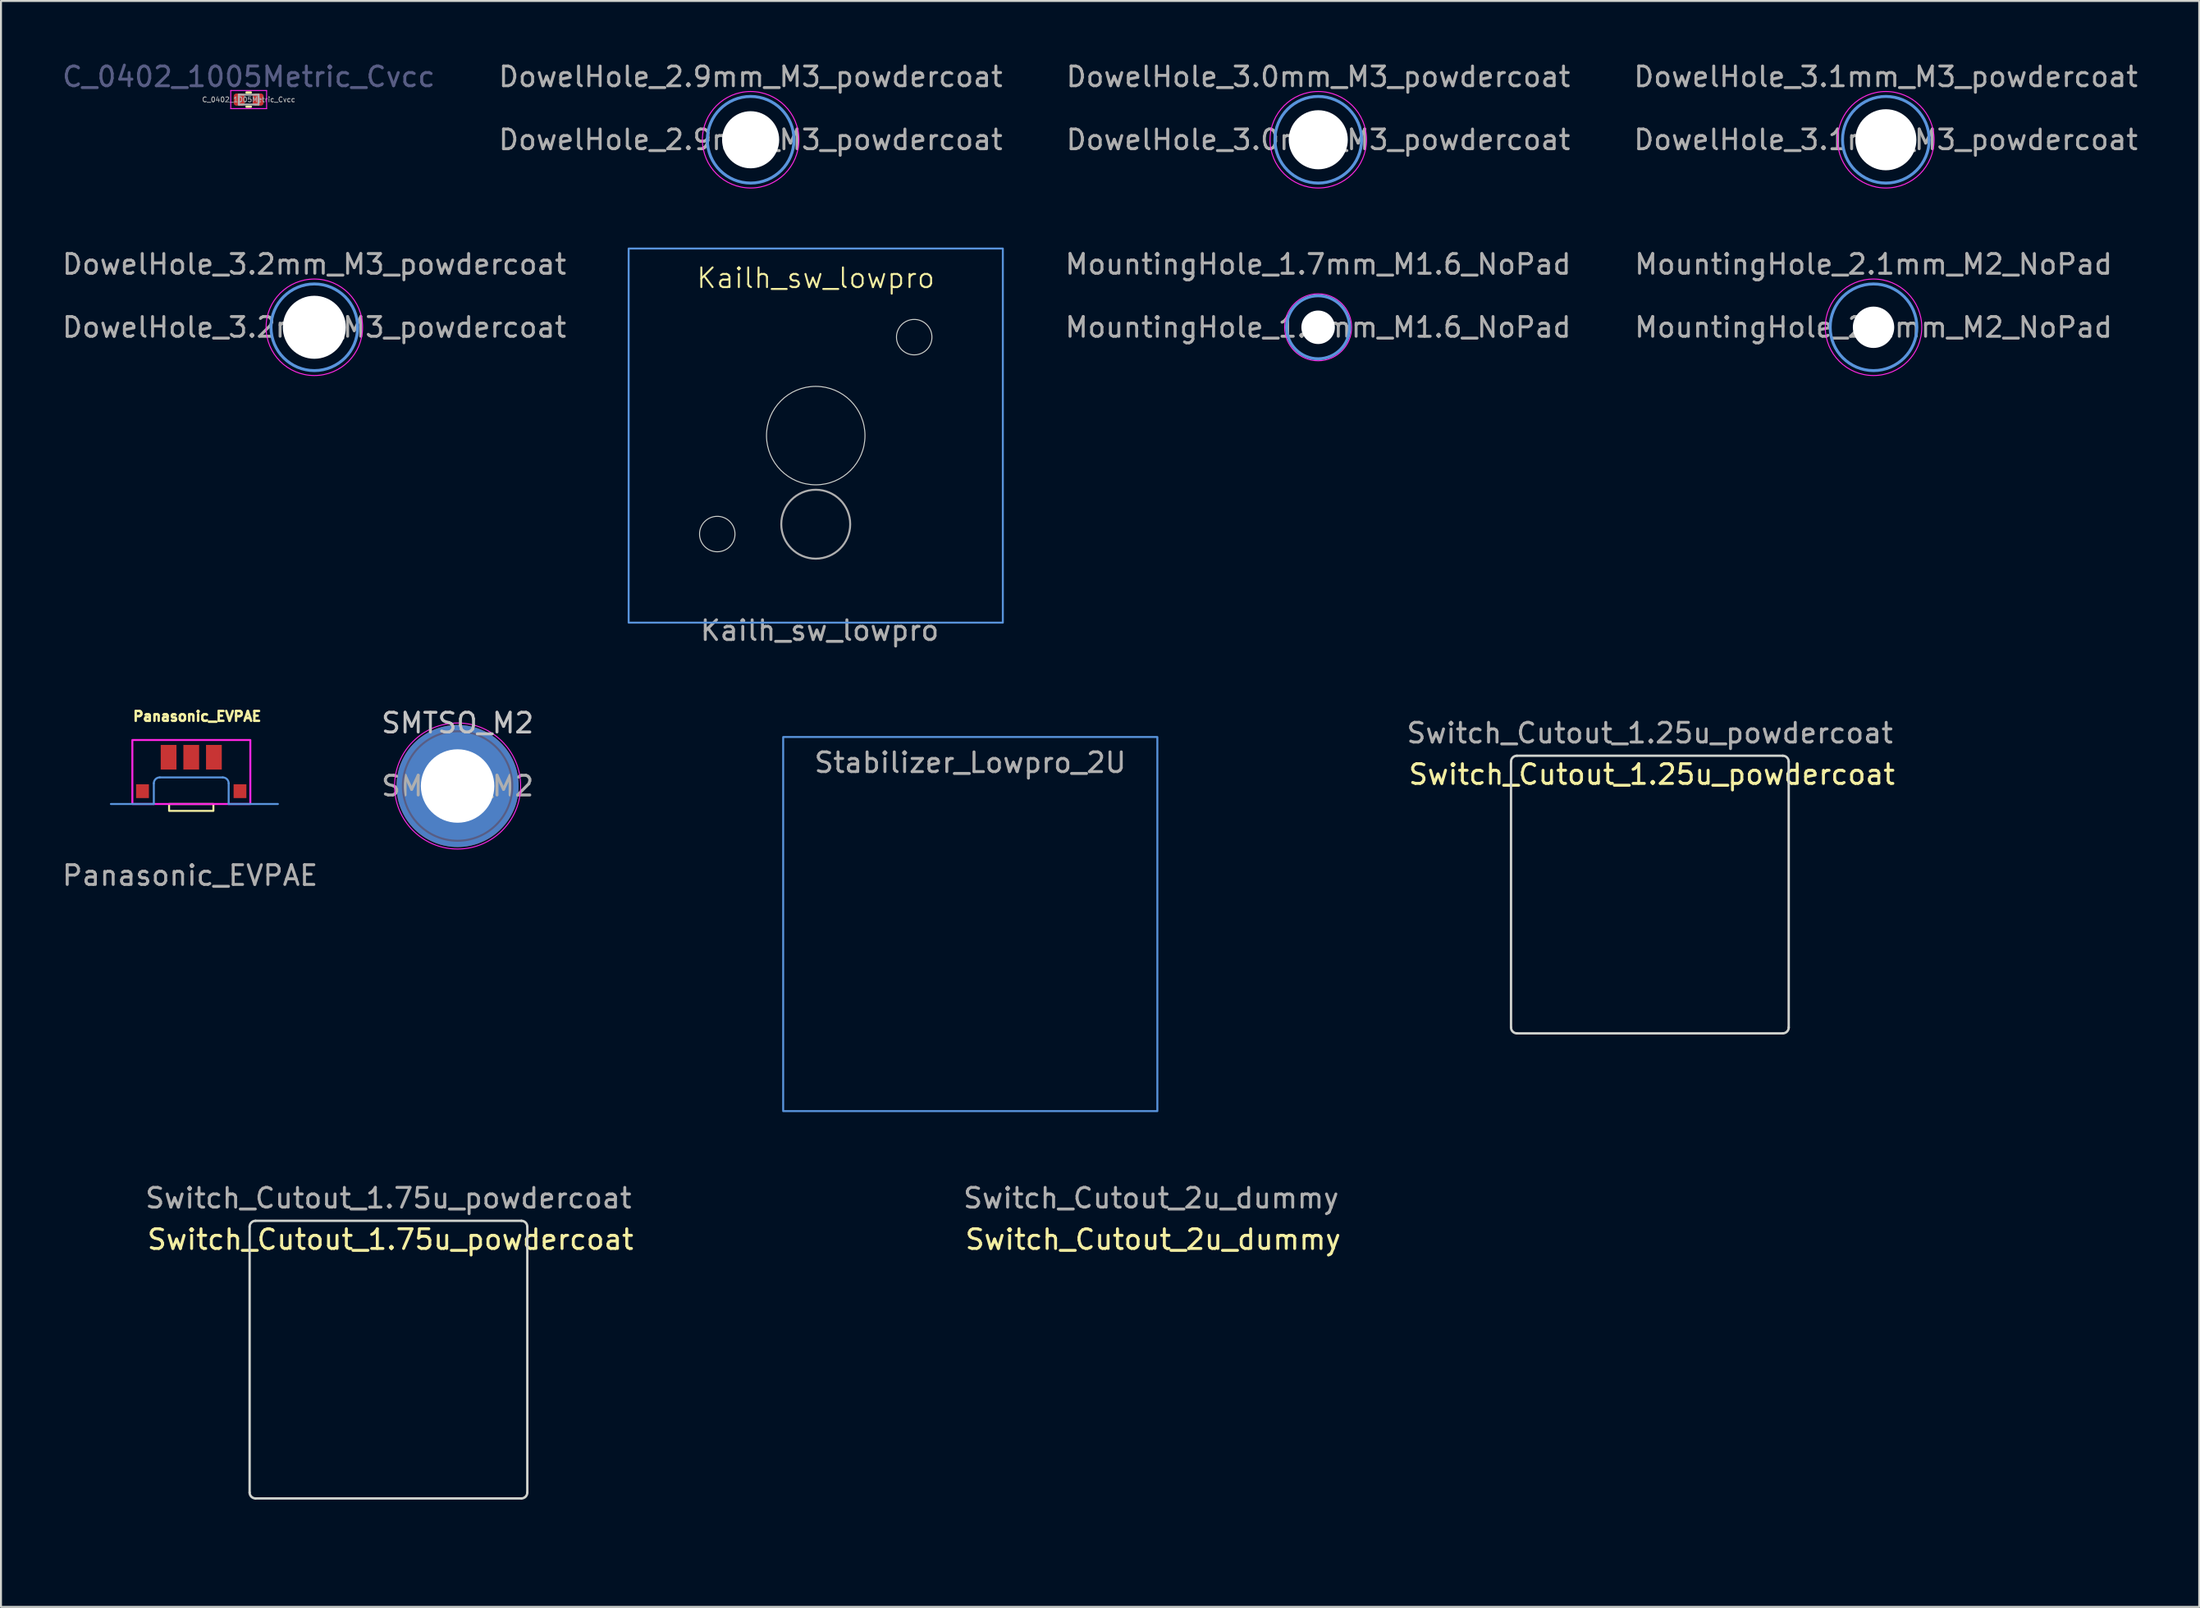
<source format=kicad_pcb>
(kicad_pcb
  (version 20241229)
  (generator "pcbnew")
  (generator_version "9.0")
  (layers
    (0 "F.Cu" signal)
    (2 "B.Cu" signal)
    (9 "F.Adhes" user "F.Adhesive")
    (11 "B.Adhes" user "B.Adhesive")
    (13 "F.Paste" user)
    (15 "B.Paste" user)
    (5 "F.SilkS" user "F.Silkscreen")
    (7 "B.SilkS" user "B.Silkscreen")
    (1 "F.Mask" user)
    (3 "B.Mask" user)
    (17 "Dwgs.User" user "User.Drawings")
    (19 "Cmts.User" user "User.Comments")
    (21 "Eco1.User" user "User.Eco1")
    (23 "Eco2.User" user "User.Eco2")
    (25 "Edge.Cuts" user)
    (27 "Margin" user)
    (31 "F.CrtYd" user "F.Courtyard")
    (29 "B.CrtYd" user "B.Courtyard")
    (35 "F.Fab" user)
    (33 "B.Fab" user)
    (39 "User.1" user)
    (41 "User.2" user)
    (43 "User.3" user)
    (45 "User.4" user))
  (footprint "DowelHole_3.2mm_M3_powdercoat"
    (layer "F.Cu")
    (at 12.911 13.572)
    (property "Reference" "DowelHole_3.2mm_M3_powdercoat" (at 0 -3.2 0) (layer "F.Fab") (effects (font (size 1 1) (thickness 0.15))))
    (attr exclude_from_pos_files exclude_from_bom)
    (fp_circle (center 0 0) (end 2.2 0) (stroke (width 0.15) (type solid)) (fill no) (layer "Cmts.User"))
    (fp_circle (center 0 0) (end 2.45 0) (stroke (width 0.05) (type solid)) (fill no) (layer "F.CrtYd"))
    (fp_text user "${REFERENCE}" (at 0 0 0) (layer "F.Fab") (effects (font (size 1 1) (thickness 0.15))))
    (pad "" np_thru_hole circle (at 0 0) (size 3.2 3.2) (drill 3.2) (layers "*.Cu" "*.Mask")))
  (footprint "MountingHole_1.7mm_M1.6_NoPad"
    (layer "F.Cu")
    (at 63.88 13.572)
    (property "Reference" "MountingHole_1.7mm_M1.6_NoPad" (at 0 -3.2 0) (layer "F.Fab") (effects (font (size 1 1) (thickness 0.15))))
    (attr exclude_from_pos_files exclude_from_bom)
    (fp_circle (center 0 0) (end 1.6 0) (stroke (width 0.15) (type solid)) (fill no) (layer "Cmts.User"))
    (fp_circle (center 0 0) (end 1.7 0) (stroke (width 0.05) (type solid)) (fill no) (layer "F.CrtYd"))
    (fp_text user "${REFERENCE}" (at 0 0 0) (layer "F.Fab") (effects (font (size 1 1) (thickness 0.15))))
    (pad "" np_thru_hole circle (at 0 0) (size 1.7 1.7) (drill 1.7) (layers "*.Cu" "*.Mask")))
  (footprint "Switch_Cutout_1.25u_powdercoat"
    (layer "F.Cu")
    (at 80.725 42.382)
    (property "Reference" "Switch_Cutout_1.25u_powdercoat" (at 0.1 -6.1 0) (layer "F.SilkS") (effects (font (size 1 1) (thickness 0.15))))
    (attr through_hole)
    (fp_line (start -7.05 -6.75) (end -7.05 6.75) (stroke (width 0.12) (type solid)) (layer "Edge.Cuts"))
    (fp_line (start -6.75 -7.05) (end 6.75 -7.05) (stroke (width 0.12) (type solid)) (layer "Edge.Cuts"))
    (fp_line (start -6.75 7.05) (end 6.75 7.05) (stroke (width 0.12) (type solid)) (layer "Edge.Cuts"))
    (fp_line (start 7.05 -6.75) (end 7.05 6.75) (stroke (width 0.12) (type solid)) (layer "Edge.Cuts"))
    (fp_arc (start -7.05 -6.75) (mid -6.962132 -6.962132) (end -6.75 -7.05) (stroke (width 0.12) (type solid)) (layer "Edge.Cuts"))
    (fp_arc (start -6.75 7.05) (mid -6.962132 6.962132) (end -7.05 6.75) (stroke (width 0.12) (type solid)) (layer "Edge.Cuts"))
    (fp_arc (start 6.75 -7.05) (mid 6.962132 -6.962132) (end 7.05 -6.75) (stroke (width 0.12) (type solid)) (layer "Edge.Cuts"))
    (fp_arc (start 7.05 6.75) (mid 6.962132 6.962132) (end 6.75 7.05) (stroke (width 0.12) (type solid)) (layer "Edge.Cuts"))
    (fp_rect (start 11.875 -9.5) (end -11.875 9.5) (stroke (width 0.12) (type solid)) (fill no) (layer "User.2"))
    (fp_rect (start 9.5 -9.5) (end -9.5 9.5) (stroke (width 0.12) (type solid)) (fill no) (layer "User.3"))
    (fp_text user "${REFERENCE}" (at 0 -8.2 0) (layer "F.Fab") (effects (font (size 1 1) (thickness 0.15)))))
  (footprint "DowelHole_3.0mm_M3_powdercoat"
    (layer "F.Cu")
    (at 63.887 4.048)
    (property "Reference" "DowelHole_3.0mm_M3_powdercoat" (at 0 -3.2 0) (layer "F.Fab") (effects (font (size 1 1) (thickness 0.15))))
    (attr exclude_from_pos_files exclude_from_bom)
    (fp_circle (center 0 0) (end 2.2 0) (stroke (width 0.15) (type solid)) (fill no) (layer "Cmts.User"))
    (fp_circle (center 0 0) (end 2.45 0) (stroke (width 0.05) (type solid)) (fill no) (layer "F.CrtYd"))
    (fp_text user "${REFERENCE}" (at 0 0 0) (layer "F.Fab") (effects (font (size 1 1) (thickness 0.15))))
    (pad "" np_thru_hole circle (at 0 0) (size 3 3) (drill 3) (layers "*.Cu" "*.Mask")))
  (footprint "SMTSO_M2"
    (layer "F.Cu")
    (at 20.185 36.87)
    (property "Reference" "SMTSO_M2" (at 0 -3.2 0) (layer "Dwgs.User") (effects (font (size 1 1) (thickness 0.15))))
    (attr exclude_from_pos_files exclude_from_bom)
    (fp_circle (center 0 0) (end 3.2 0) (stroke (width 0.05) (type solid)) (fill no) (layer "F.CrtYd"))
    (fp_circle (center 0 0) (end 0 0) (stroke (width 0.1) (type solid)) (fill no) (layer "B.Fab"))
    (fp_circle (center 0 0) (end 2.78 0) (stroke (width 0.1) (type solid)) (fill no) (layer "B.Fab"))
    (fp_text user "${REFERENCE}" (at 0 0 0) (layer "F.Fab") (effects (font (size 1 1) (thickness 0.15))))
    (pad "" thru_hole circle (at 0 0) (size 6.2 6.2) (drill 3.73) (layers "*.Cu" "*.Mask")))
  (footprint "Stabilizer_Lowpro_2U"
    (layer "F.Cu")
    (at 46.217 43.882)
    (property "Reference" "Stabilizer_Lowpro_2U" (at -0.1 -10.3 0) (unlocked yes) (layer "Eco1.User") (effects (font (size 1 1) (thickness 0.1))))
    (attr smd)
    (fp_rect (start -9.5 -9.5) (end 9.5 9.5) (stroke (width 0.1) (type solid)) (fill no) (layer "Cmts.User"))
    (fp_rect (start -19 -9.5) (end 19 9.5) (stroke (width 0.1) (type default)) (fill no) (layer "User.2"))
    (fp_line (start -15 -9.5) (end -15 5.33) (stroke (width 0.12) (type solid)) (layer "User.3"))
    (fp_line (start -14.6 5.73) (end -9.4 5.73) (stroke (width 0.12) (type solid)) (layer "User.3"))
    (fp_line (start -9.4 -9.9) (end -14.6 -9.9) (stroke (width 0.12) (type solid)) (layer "User.3"))
    (fp_line (start -9 -9.5) (end -9 5.33) (stroke (width 0.12) (type solid)) (layer "User.3"))
    (fp_line (start 9 -9.5) (end 9 5.33) (stroke (width 0.12) (type solid)) (layer "User.3"))
    (fp_line (start 9.4 5.73) (end 14.6 5.73) (stroke (width 0.12) (type solid)) (layer "User.3"))
    (fp_line (start 14.6 -9.9) (end 9.4 -9.9) (stroke (width 0.12) (type solid)) (layer "User.3"))
    (fp_line (start 15 -9.5) (end 15 5.33) (stroke (width 0.12) (type solid)) (layer "User.3"))
    (fp_rect (start 9.5 -9.5) (end -9.5 9.5) (stroke (width 0.12) (type solid)) (fill no) (layer "User.3"))
    (fp_arc (start -15 -9.5) (mid -14.882843 -9.782843) (end -14.6 -9.9) (stroke (width 0.12) (type solid)) (layer "User.3"))
    (fp_arc (start -14.6 5.73) (mid -14.882843 5.612843) (end -15 5.33) (stroke (width 0.12) (type solid)) (layer "User.3"))
    (fp_arc (start -9.4 -9.9) (mid -9.117157 -9.782843) (end -9 -9.5) (stroke (width 0.12) (type solid)) (layer "User.3"))
    (fp_arc (start -9 5.33) (mid -9.117157 5.612843) (end -9.4 5.73) (stroke (width 0.12) (type solid)) (layer "User.3"))
    (fp_arc (start 9 -9.5) (mid 9.117157 -9.782843) (end 9.4 -9.9) (stroke (width 0.12) (type solid)) (layer "User.3"))
    (fp_arc (start 9.4 5.73) (mid 9.117157 5.612843) (end 9 5.33) (stroke (width 0.12) (type solid)) (layer "User.3"))
    (fp_arc (start 14.6 -9.9) (mid 14.882843 -9.782843) (end 15 -9.5) (stroke (width 0.12) (type solid)) (layer "User.3"))
    (fp_arc (start 15 5.33) (mid 14.882843 5.612843) (end 14.6 5.73) (stroke (width 0.12) (type solid)) (layer "User.3"))
    (fp_text user "${REFERENCE}" (at 0 -8.2 0) (layer "F.Fab") (effects (font (size 1 1) (thickness 0.15)))))
  (footprint "DowelHole_2.9mm_M3_powdercoat"
    (layer "F.Cu")
    (at 35.065 4.048)
    (property "Reference" "DowelHole_2.9mm_M3_powdercoat" (at 0 -3.2 0) (layer "F.Fab") (effects (font (size 1 1) (thickness 0.15))))
    (attr exclude_from_pos_files exclude_from_bom)
    (fp_circle (center 0 0) (end 2.2 0) (stroke (width 0.15) (type solid)) (fill no) (layer "Cmts.User"))
    (fp_circle (center 0 0) (end 2.45 0) (stroke (width 0.05) (type solid)) (fill no) (layer "F.CrtYd"))
    (fp_text user "${REFERENCE}" (at 0 0 0) (layer "F.Fab") (effects (font (size 1 1) (thickness 0.15))))
    (pad "" np_thru_hole circle (at 0 0) (size 2.9 2.9) (drill 2.9) (layers "*.Cu" "*.Mask")))
  (footprint "Kailh_sw_lowpro"
    (layer "F.Cu")
    (at 38.371 19.073)
    (property "Reference" "Kailh_sw_lowpro" (at 0 -8 0) (unlocked yes) (layer "F.SilkS") (effects (font (size 1 1) (thickness 0.1))))
    (attr smd)
    (fp_rect (start -9.5 -9.5) (end 9.5 9.5) (stroke (width 0.1) (type solid)) (fill no) (layer "Cmts.User"))
    (fp_line (start -7 -7) (end 7 -7) (stroke (width 0.1) (type solid)) (layer "Eco2.User"))
    (fp_line (start -7 7) (end -7 -7) (stroke (width 0.1) (type solid)) (layer "Eco2.User"))
    (fp_line (start 7 -7) (end 7 7) (stroke (width 0.1) (type solid)) (layer "Eco2.User"))
    (fp_line (start 7 7) (end -7 7) (stroke (width 0.1) (type solid)) (layer "Eco2.User"))
    (fp_rect (start -2.75 -6.395) (end 2.75 -3.445) (stroke (width 0.1) (type solid)) (fill no) (layer "Eco2.User"))
    (fp_circle (center -5 5) (end -4.1 5) (stroke (width 0.05) (type solid)) (fill no) (layer "Edge.Cuts"))
    (fp_circle (center 0 0) (end 2.5 0) (stroke (width 0.05) (type solid)) (fill no) (layer "Edge.Cuts"))
    (fp_circle (center 5 -5) (end 5.9 -5) (stroke (width 0.05) (type solid)) (fill no) (layer "Edge.Cuts"))
    (fp_circle (center 0 4.5) (end 1.75 4.5) (stroke (width 0.1) (type solid)) (fill no) (layer "F.Fab"))
    (fp_circle (center -5 5) (end -4 5) (stroke (width 0.05) (type solid)) (fill no) (layer "User.1"))
    (fp_circle (center 0 0) (end 2.6 0) (stroke (width 0.05) (type solid)) (fill no) (layer "User.1"))
    (fp_circle (center 5 -5) (end 6 -5) (stroke (width 0.05) (type solid)) (fill no) (layer "User.1"))
    (fp_circle (center 0 4.5) (end 1.25 4.5) (stroke (width 0.1) (type solid)) (fill no) (layer "User.4"))
    (fp_text user "${REFERENCE}" (at 0.2 9.9 0) (unlocked yes) (layer "F.Fab") (effects (font (size 1 1) (thickness 0.15))))
    (zone (net_name "") (layers "F.Cu" "B.Cu") (hatch edge 0.5) (connect_pads) (min_thickness 0.25) (filled_areas_thickness no) (keepout (tracks allowed) (vias allowed) (pads allowed) (copperpour not_allowed) (footprints allowed)) (placement (enabled no)) (fill) (polygon (pts (xy 31.371 19.073) (xy 31.321 21.223) (xy 34.171 21.223) (xy 34.171 19.073))))
    (zone (net_name "") (layers "F.Cu" "B.Cu") (hatch edge 0.5) (connect_pads) (min_thickness 0.25) (filled_areas_thickness no) (keepout (tracks allowed) (vias allowed) (pads allowed) (copperpour not_allowed) (footprints allowed)) (placement (enabled no)) (fill) (polygon (pts (xy 34.971 19.073) (xy 34.971 21.223) (xy 35.471 21.223) (xy 35.471 22.573) (xy 34.121 22.573) (xy 34.121 21.973) (xy 31.421 21.973) (xy 31.371 27.273) (xy 45.371 27.373) (xy 45.371 19.073))))
    (zone (net_name "") (layers "F.Cu" "B.Cu") (hatch edge 0.5) (connect_pads) (min_thickness 0.25) (filled_areas_thickness no) (keepout (tracks not_allowed) (vias not_allowed) (pads allowed) (copperpour allowed) (footprints allowed)) (placement (enabled no)) (fill) (polygon (pts (xy 39.621 22.323) (xy 39.971 22.873) (xy 40.121 23.373) (xy 40.121 23.873) (xy 39.871 24.473) (xy 39.671 24.773) (xy 39.271 25.073) (xy 38.771 25.273) (xy 38.271 25.323) (xy 37.771 25.223) (xy 37.771 22.323)))))
  (footprint "DowelHole_3.1mm_M3_powdercoat"
    (layer "F.Cu")
    (at 92.708 4.048)
    (property "Reference" "DowelHole_3.1mm_M3_powdercoat" (at 0 -3.2 0) (layer "F.Fab") (effects (font (size 1 1) (thickness 0.15))))
    (attr exclude_from_pos_files exclude_from_bom)
    (fp_circle (center 0 0) (end 2.2 0) (stroke (width 0.15) (type solid)) (fill no) (layer "Cmts.User"))
    (fp_circle (center 0 0) (end 2.45 0) (stroke (width 0.05) (type solid)) (fill no) (layer "F.CrtYd"))
    (fp_text user "${REFERENCE}" (at 0 0 0) (layer "F.Fab") (effects (font (size 1 1) (thickness 0.15))))
    (pad "" np_thru_hole circle (at 0 0) (size 3.1 3.1) (drill 3.1) (layers "*.Cu" "*.Mask")))
  (footprint "Switch_Cutout_1.75u_powdercoat"
    (layer "F.Cu")
    (at 16.675 66.002)
    (property "Reference" "Switch_Cutout_1.75u_powdercoat" (at 0.1 -6.1 0) (layer "F.SilkS") (effects (font (size 1 1) (thickness 0.15))))
    (attr through_hole)
    (fp_line (start -7.05 -6.75) (end -7.05 6.75) (stroke (width 0.12) (type solid)) (layer "Edge.Cuts"))
    (fp_line (start -6.75 -7.05) (end 6.75 -7.05) (stroke (width 0.12) (type solid)) (layer "Edge.Cuts"))
    (fp_line (start -6.75 7.05) (end 6.75 7.05) (stroke (width 0.12) (type solid)) (layer "Edge.Cuts"))
    (fp_line (start 7.05 -6.75) (end 7.05 6.75) (stroke (width 0.12) (type solid)) (layer "Edge.Cuts"))
    (fp_arc (start -7.05 -6.75) (mid -6.962132 -6.962132) (end -6.75 -7.05) (stroke (width 0.12) (type solid)) (layer "Edge.Cuts"))
    (fp_arc (start -6.75 7.05) (mid -6.962132 6.962132) (end -7.05 6.75) (stroke (width 0.12) (type solid)) (layer "Edge.Cuts"))
    (fp_arc (start 6.75 -7.05) (mid 6.962132 -6.962132) (end 7.05 -6.75) (stroke (width 0.12) (type solid)) (layer "Edge.Cuts"))
    (fp_arc (start 7.05 6.75) (mid 6.962132 6.962132) (end 6.75 7.05) (stroke (width 0.12) (type solid)) (layer "Edge.Cuts"))
    (fp_rect (start -16.625 -9.5) (end 16.625 9.5) (stroke (width 0.1) (type solid)) (fill no) (layer "User.2"))
    (fp_rect (start 9.5 -9.5) (end -9.5 9.5) (stroke (width 0.12) (type solid)) (fill no) (layer "User.3"))
    (fp_text user "${REFERENCE}" (at 0 -8.2 0) (layer "F.Fab") (effects (font (size 1 1) (thickness 0.15)))))
  (footprint "MountingHole_2.1mm_M2_NoPad"
    (layer "F.Cu")
    (at 92.082 13.572)
    (property "Reference" "MountingHole_2.1mm_M2_NoPad" (at 0 -3.2 0) (layer "F.Fab") (effects (font (size 1 1) (thickness 0.15))))
    (attr exclude_from_pos_files exclude_from_bom)
    (fp_circle (center 0 0) (end 2.2 0) (stroke (width 0.15) (type solid)) (fill no) (layer "Cmts.User"))
    (fp_circle (center 0 0) (end 2.45 0) (stroke (width 0.05) (type solid)) (fill no) (layer "F.CrtYd"))
    (fp_text user "${REFERENCE}" (at 0 0 0) (layer "F.Fab") (effects (font (size 1 1) (thickness 0.15))))
    (pad "" np_thru_hole circle (at 0 0) (size 2.1 2.1) (drill 2.1) (layers "*.Cu" "*.Mask")))
  (footprint "Panasonic_EVPAE"
    (layer "F.Cu")
    (at 6.661 36.433)
    (property "Reference" "Panasonic_EVPAE" (at 0.3 -3.1 0) (layer "F.SilkS") (effects (font (size 0.5 0.5) (thickness 0.125))))
    (attr smd)
    (fp_rect (start -1.125 1.35) (end 1.125 1.7) (stroke (width 0.1) (type solid)) (fill no) (layer "F.SilkS"))
    (fp_line (start -1.9 0.3) (end -1.9 1.35) (stroke (width 0.1) (type default)) (layer "Cmts.User"))
    (fp_line (start -1.9 1.35) (end -4.08 1.35) (stroke (width 0.1) (type default)) (layer "Cmts.User"))
    (fp_line (start 1.6 0) (end -1.6 0) (stroke (width 0.1) (type default)) (layer "Cmts.User"))
    (fp_line (start 1.9 0.3) (end 1.9 1.35) (stroke (width 0.1) (type default)) (layer "Cmts.User"))
    (fp_line (start 1.9 1.35) (end 4.4 1.35) (stroke (width 0.1) (type default)) (layer "Cmts.User"))
    (fp_arc (start -1.9 0.3) (mid -1.812132 0.087868) (end -1.6 0) (stroke (width 0.1) (type default)) (layer "Cmts.User"))
    (fp_arc (start 1.6 0) (mid 1.812132 0.087868) (end 1.9 0.3) (stroke (width 0.1) (type default)) (layer "Cmts.User"))
    (fp_rect (start -2.99 -1.9) (end 3 1.35) (stroke (width 0.1) (type solid)) (fill no) (layer "F.CrtYd"))
    (fp_text user "${REFERENCE}" (at -0.06 4.98 0) (layer "F.Fab") (effects (font (size 1 1) (thickness 0.15))))
    (pad "" smd rect (at -2.475 0.7 180) (size 0.65 0.7) (layers "F.Cu" "F.Mask" "F.Paste"))
    (pad "" smd rect (at 2.475 0.7 180) (size 0.65 0.7) (layers "F.Cu" "F.Mask" "F.Paste"))
    (pad "1" smd rect (at -1.15 -1.025 180) (size 0.8 1.25) (layers "F.Cu" "F.Mask" "F.Paste"))
    (pad "1" smd rect (at 1.15 -1.025 180) (size 0.8 1.25) (layers "F.Cu" "F.Mask" "F.Paste"))
    (pad "2" smd rect (at 0 -1.025 180) (size 0.8 1.25) (layers "F.Cu" "F.Mask" "F.Paste")))
  (footprint "C_0402_1005Metric_Cvcc"
    (layer "F.Cu")
    (at 9.577 2.008)
    (property "Reference" "C_0402_1005Metric_Cvcc" (at 0 -1.16 0) (layer "B.Fab") (effects (font (size 1 1) (thickness 0.15))))
    (attr smd)
    (fp_line (start -0.108 -0.36) (end 0.108 -0.36) (stroke (width 0.12) (type solid)) (layer "F.SilkS"))
    (fp_line (start -0.108 0.36) (end 0.108 0.36) (stroke (width 0.12) (type solid)) (layer "F.SilkS"))
    (fp_line (start -0.91 -0.46) (end 0.91 -0.46) (stroke (width 0.05) (type solid)) (layer "F.CrtYd"))
    (fp_line (start -0.91 0.46) (end -0.91 -0.46) (stroke (width 0.05) (type solid)) (layer "F.CrtYd"))
    (fp_line (start 0.91 -0.46) (end 0.91 0.46) (stroke (width 0.05) (type solid)) (layer "F.CrtYd"))
    (fp_line (start 0.91 0.46) (end -0.91 0.46) (stroke (width 0.05) (type solid)) (layer "F.CrtYd"))
    (fp_line (start -0.5 -0.25) (end 0.5 -0.25) (stroke (width 0.1) (type solid)) (layer "F.Fab"))
    (fp_line (start -0.5 0.25) (end -0.5 -0.25) (stroke (width 0.1) (type solid)) (layer "F.Fab"))
    (fp_line (start 0.5 -0.25) (end 0.5 0.25) (stroke (width 0.1) (type solid)) (layer "F.Fab"))
    (fp_line (start 0.5 0.25) (end -0.5 0.25) (stroke (width 0.1) (type solid)) (layer "F.Fab"))
    (fp_text user "${REFERENCE}" (at 0 0 0) (layer "F.Fab") (effects (font (size 0.25 0.25) (thickness 0.04))))
    (pad "1" smd roundrect (at -0.48 0) (size 0.56 0.62) (layers "F.Cu" "F.Mask" "F.Paste") (roundrect_rratio 0.25))
    (pad "2" smd roundrect (at 0.48 0) (size 0.56 0.62) (layers "F.Cu" "F.Mask" "F.Paste") (roundrect_rratio 0.25)))
  (footprint "Switch_Cutout_2u_dummy"
    (layer "F.Cu")
    (at 55.4 66.002)
    (property "Reference" "Switch_Cutout_2u_dummy" (at 0.1 -6.1 0) (layer "F.SilkS") (effects (font (size 1 1) (thickness 0.15))))
    (attr through_hole)
    (fp_rect (start -19 -9.5) (end 19 9.5) (stroke (width 0.1) (type default)) (fill no) (layer "User.2"))
    (fp_rect (start 9.5 -9.5) (end -9.5 9.5) (stroke (width 0.12) (type solid)) (fill no) (layer "User.3"))
    (fp_text user "${REFERENCE}" (at 0 -8.2 0) (layer "F.Fab") (effects (font (size 1 1) (thickness 0.15)))))
  (gr_rect
    (start -3 -3)
    (end 108.619 78.562)
    (stroke (width 0.1) (type default))
    (fill no)
    (layer "Edge.Cuts")))
</source>
